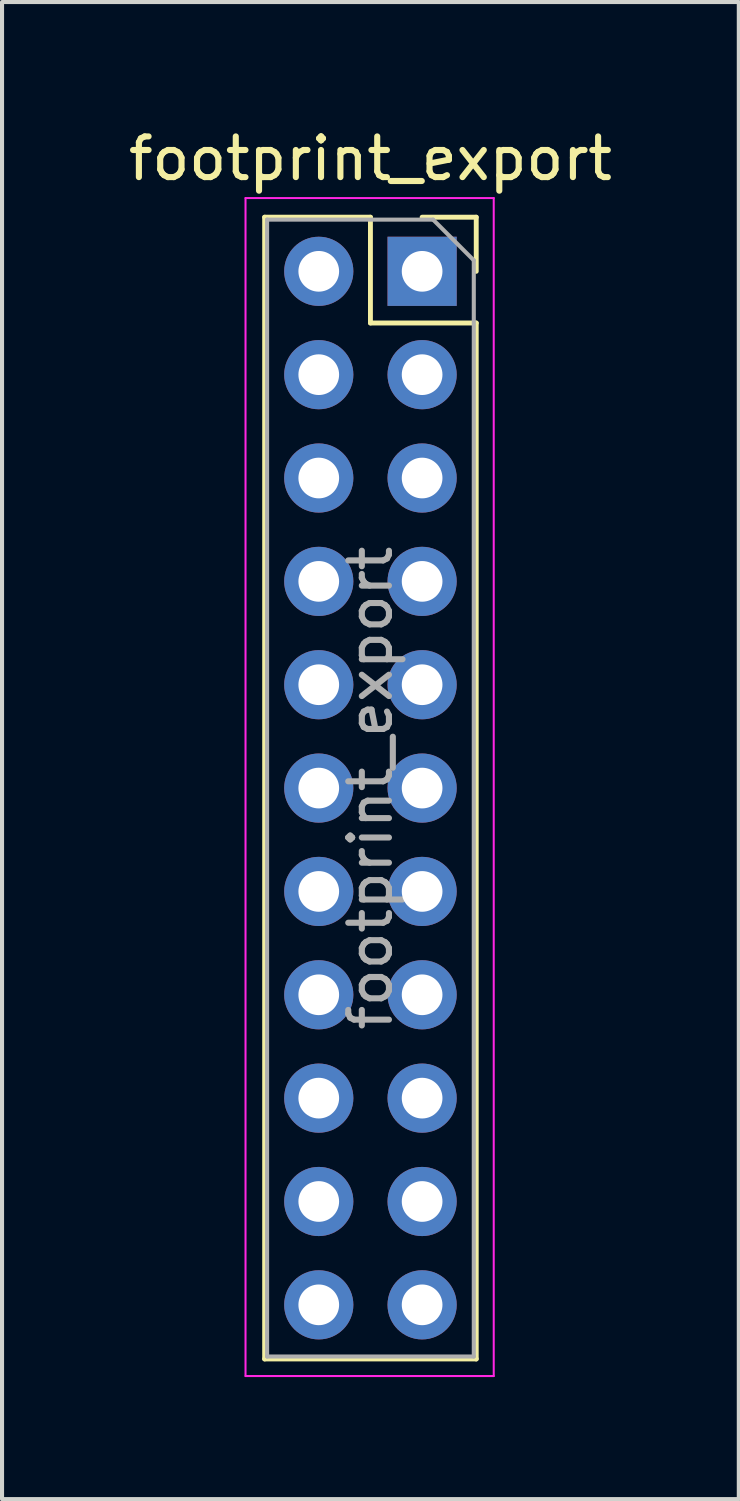
<source format=kicad_pcb>
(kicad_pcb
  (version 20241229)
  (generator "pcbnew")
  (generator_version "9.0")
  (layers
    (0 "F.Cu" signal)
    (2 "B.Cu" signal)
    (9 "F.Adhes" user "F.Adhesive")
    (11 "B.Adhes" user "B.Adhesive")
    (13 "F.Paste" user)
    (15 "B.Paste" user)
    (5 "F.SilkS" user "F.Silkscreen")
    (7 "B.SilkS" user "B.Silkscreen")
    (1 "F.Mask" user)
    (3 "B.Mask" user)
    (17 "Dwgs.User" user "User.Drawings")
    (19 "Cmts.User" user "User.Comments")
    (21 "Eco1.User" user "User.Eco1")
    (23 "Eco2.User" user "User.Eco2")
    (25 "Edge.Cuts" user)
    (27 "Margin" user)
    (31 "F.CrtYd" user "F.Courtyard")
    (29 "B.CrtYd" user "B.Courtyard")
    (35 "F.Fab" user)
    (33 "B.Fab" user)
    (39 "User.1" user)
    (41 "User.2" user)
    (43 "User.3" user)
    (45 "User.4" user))
  (footprint "footprint_export"
    (layer "F.Cu")
    (at 7.324 3.618)
    (property "Reference" "footprint_export" (at -1.27 -2.77 0) (layer "F.SilkS") (effects (font (size 1 1) (thickness 0.15))))
    (attr through_hole)
    (fp_line (start -3.87 -1.33) (end -3.87 26.73) (stroke (width 0.12) (type solid)) (layer "F.SilkS"))
    (fp_line (start -3.87 -1.33) (end -1.27 -1.33) (stroke (width 0.12) (type solid)) (layer "F.SilkS"))
    (fp_line (start -3.87 26.73) (end 1.33 26.73) (stroke (width 0.12) (type solid)) (layer "F.SilkS"))
    (fp_line (start -1.27 -1.33) (end -1.27 1.27) (stroke (width 0.12) (type solid)) (layer "F.SilkS"))
    (fp_line (start -1.27 1.27) (end 1.33 1.27) (stroke (width 0.12) (type solid)) (layer "F.SilkS"))
    (fp_line (start 0 -1.33) (end 1.33 -1.33) (stroke (width 0.12) (type solid)) (layer "F.SilkS"))
    (fp_line (start 1.33 -1.33) (end 1.33 0) (stroke (width 0.12) (type solid)) (layer "F.SilkS"))
    (fp_line (start 1.33 1.27) (end 1.33 26.73) (stroke (width 0.12) (type solid)) (layer "F.SilkS"))
    (fp_line (start -4.34 -1.8) (end 1.76 -1.8) (stroke (width 0.05) (type solid)) (layer "F.CrtYd"))
    (fp_line (start -4.34 27.15) (end -4.34 -1.8) (stroke (width 0.05) (type solid)) (layer "F.CrtYd"))
    (fp_line (start 1.76 -1.8) (end 1.76 27.15) (stroke (width 0.05) (type solid)) (layer "F.CrtYd"))
    (fp_line (start 1.76 27.15) (end -4.34 27.15) (stroke (width 0.05) (type solid)) (layer "F.CrtYd"))
    (fp_line (start -3.81 -1.27) (end 0.27 -1.27) (stroke (width 0.1) (type solid)) (layer "F.Fab"))
    (fp_line (start -3.81 26.67) (end -3.81 -1.27) (stroke (width 0.1) (type solid)) (layer "F.Fab"))
    (fp_line (start 0.27 -1.27) (end 1.27 -0.27) (stroke (width 0.1) (type solid)) (layer "F.Fab"))
    (fp_line (start 1.27 -0.27) (end 1.27 26.67) (stroke (width 0.1) (type solid)) (layer "F.Fab"))
    (fp_line (start 1.27 26.67) (end -3.81 26.67) (stroke (width 0.1) (type solid)) (layer "F.Fab"))
    (fp_text user "${REFERENCE}" (at -1.27 12.7 90) (layer "F.Fab") (effects (font (size 1 1) (thickness 0.15))))
    (pad "1" thru_hole rect (at 0 0) (size 1.7 1.7) (drill 1) (layers "*.Cu" "*.Mask"))
    (pad "2" thru_hole oval (at -2.54 0) (size 1.7 1.7) (drill 1) (layers "*.Cu" "*.Mask"))
    (pad "3" thru_hole oval (at 0 2.54) (size 1.7 1.7) (drill 1) (layers "*.Cu" "*.Mask"))
    (pad "4" thru_hole oval (at -2.54 2.54) (size 1.7 1.7) (drill 1) (layers "*.Cu" "*.Mask"))
    (pad "5" thru_hole oval (at 0 5.08) (size 1.7 1.7) (drill 1) (layers "*.Cu" "*.Mask"))
    (pad "6" thru_hole oval (at -2.54 5.08) (size 1.7 1.7) (drill 1) (layers "*.Cu" "*.Mask"))
    (pad "7" thru_hole oval (at 0 7.62) (size 1.7 1.7) (drill 1) (layers "*.Cu" "*.Mask"))
    (pad "8" thru_hole oval (at -2.54 7.62) (size 1.7 1.7) (drill 1) (layers "*.Cu" "*.Mask"))
    (pad "9" thru_hole oval (at 0 10.16) (size 1.7 1.7) (drill 1) (layers "*.Cu" "*.Mask"))
    (pad "10" thru_hole oval (at -2.54 10.16) (size 1.7 1.7) (drill 1) (layers "*.Cu" "*.Mask"))
    (pad "11" thru_hole oval (at 0 12.7) (size 1.7 1.7) (drill 1) (layers "*.Cu" "*.Mask"))
    (pad "12" thru_hole oval (at -2.54 12.7) (size 1.7 1.7) (drill 1) (layers "*.Cu" "*.Mask"))
    (pad "13" thru_hole oval (at 0 15.24) (size 1.7 1.7) (drill 1) (layers "*.Cu" "*.Mask"))
    (pad "14" thru_hole oval (at -2.54 15.24) (size 1.7 1.7) (drill 1) (layers "*.Cu" "*.Mask"))
    (pad "15" thru_hole oval (at 0 17.78) (size 1.7 1.7) (drill 1) (layers "*.Cu" "*.Mask"))
    (pad "16" thru_hole oval (at -2.54 17.78) (size 1.7 1.7) (drill 1) (layers "*.Cu" "*.Mask"))
    (pad "17" thru_hole oval (at 0 20.32) (size 1.7 1.7) (drill 1) (layers "*.Cu" "*.Mask"))
    (pad "18" thru_hole oval (at -2.54 20.32) (size 1.7 1.7) (drill 1) (layers "*.Cu" "*.Mask"))
    (pad "19" thru_hole oval (at 0 22.86) (size 1.7 1.7) (drill 1) (layers "*.Cu" "*.Mask"))
    (pad "20" thru_hole oval (at -2.54 22.86) (size 1.7 1.7) (drill 1) (layers "*.Cu" "*.Mask"))
    (pad "21" thru_hole oval (at 0 25.4) (size 1.7 1.7) (drill 1) (layers "*.Cu" "*.Mask"))
    (pad "22" thru_hole oval (at -2.54 25.4) (size 1.7 1.7) (drill 1) (layers "*.Cu" "*.Mask")))
  (gr_rect
    (start -3 -3)
    (end 15.107 33.793)
    (stroke (width 0.1) (type default))
    (fill no)
    (layer "Edge.Cuts")))
</source>
